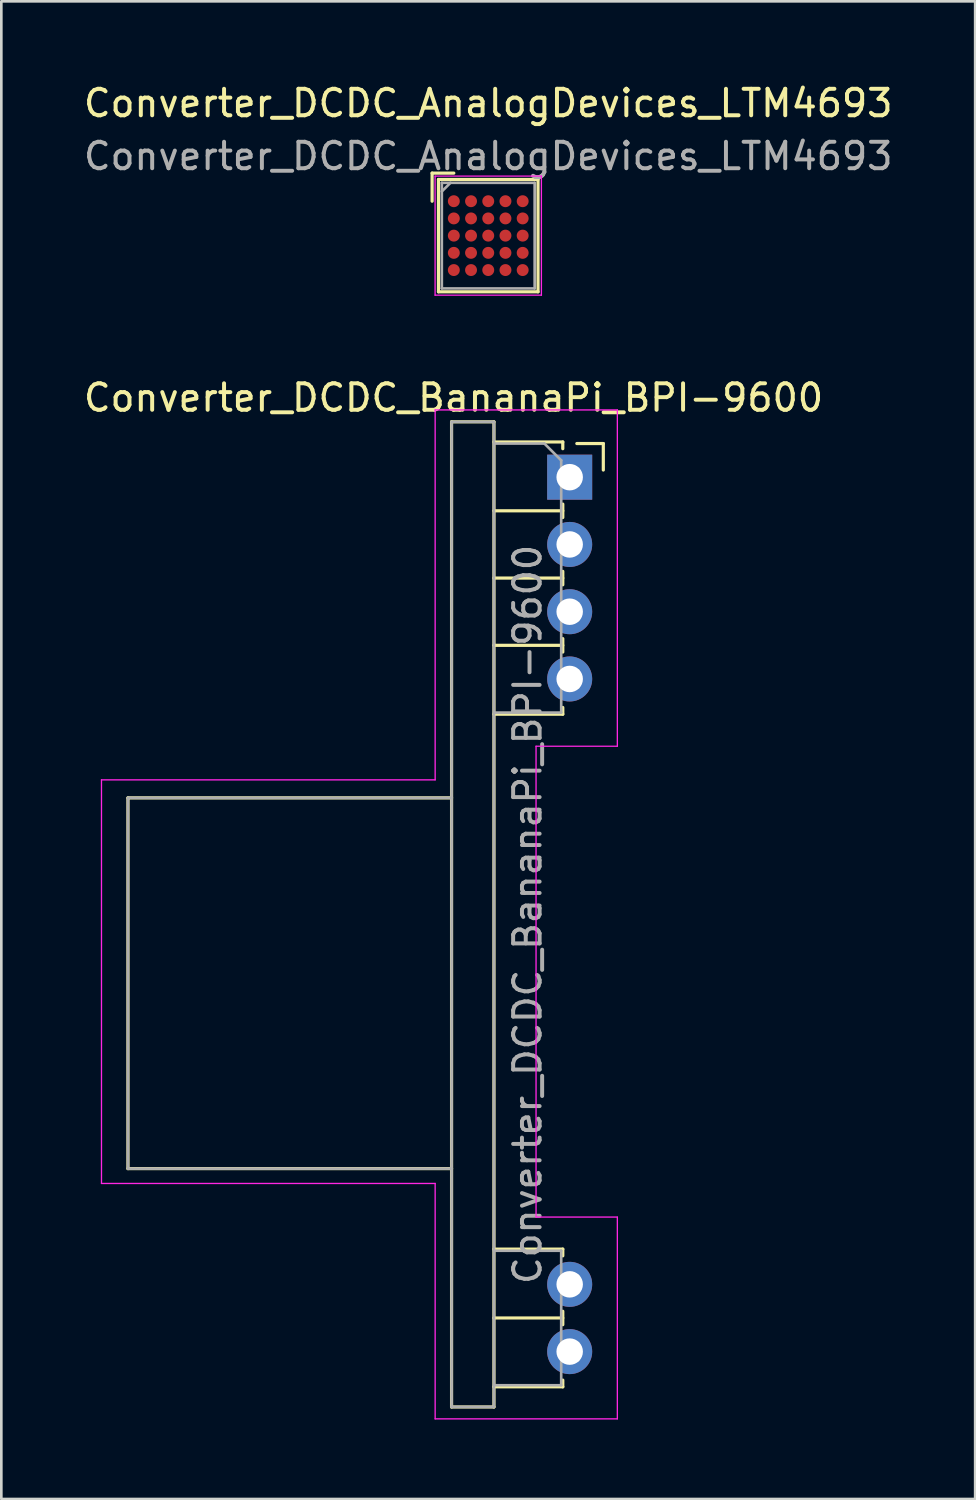
<source format=kicad_pcb>
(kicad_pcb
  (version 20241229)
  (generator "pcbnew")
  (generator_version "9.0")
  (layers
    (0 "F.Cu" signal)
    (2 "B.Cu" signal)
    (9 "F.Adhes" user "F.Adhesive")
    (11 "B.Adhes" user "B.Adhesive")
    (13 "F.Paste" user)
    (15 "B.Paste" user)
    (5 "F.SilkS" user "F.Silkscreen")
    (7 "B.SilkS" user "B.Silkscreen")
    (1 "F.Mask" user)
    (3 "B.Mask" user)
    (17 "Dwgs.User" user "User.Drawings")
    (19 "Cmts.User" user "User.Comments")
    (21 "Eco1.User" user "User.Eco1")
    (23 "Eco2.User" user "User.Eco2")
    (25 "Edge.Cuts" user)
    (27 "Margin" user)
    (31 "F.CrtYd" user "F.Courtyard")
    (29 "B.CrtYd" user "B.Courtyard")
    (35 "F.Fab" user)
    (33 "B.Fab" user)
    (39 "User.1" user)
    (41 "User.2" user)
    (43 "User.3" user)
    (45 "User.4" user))
  (footprint "Converter_DCDC_AnalogDevices_LTM4693"
    (layer "F.Cu")
    (at 15.387 5.848)
    (property "Reference" "Converter_DCDC_AnalogDevices_LTM4693" (at 0 -5 0) (unlocked yes) (layer "F.SilkS") (effects (font (size 1 1) (thickness 0.15))))
    (attr smd)
    (fp_line (start -2.12 -2.361) (end -2.12 -1.3) (stroke (width 0.12) (type solid)) (layer "F.SilkS"))
    (fp_line (start -1.88 -2.121) (end -1.88 2.121) (stroke (width 0.12) (type solid)) (layer "F.SilkS"))
    (fp_line (start -1.88 2.121) (end 1.88 2.121) (stroke (width 0.12) (type solid)) (layer "F.SilkS"))
    (fp_line (start -1.3 -2.361) (end -2.12 -2.361) (stroke (width 0.12) (type solid)) (layer "F.SilkS"))
    (fp_line (start 1.88 -2.121) (end -1.88 -2.121) (stroke (width 0.12) (type solid)) (layer "F.SilkS"))
    (fp_line (start 1.88 2.121) (end 1.88 -2.121) (stroke (width 0.12) (type solid)) (layer "F.SilkS"))
    (fp_line (start -2.007 -2.248) (end 2.007 -2.248) (stroke (width 0.05) (type solid)) (layer "F.CrtYd"))
    (fp_line (start -2.007 2.248) (end -2.007 -2.248) (stroke (width 0.05) (type solid)) (layer "F.CrtYd"))
    (fp_line (start 2.007 -2.248) (end 2.007 2.248) (stroke (width 0.05) (type solid)) (layer "F.CrtYd"))
    (fp_line (start 2.007 2.248) (end -2.007 2.248) (stroke (width 0.05) (type solid)) (layer "F.CrtYd"))
    (fp_line (start -1.753 -1.994) (end -1.753 1.994) (stroke (width 0.1) (type solid)) (layer "F.Fab"))
    (fp_line (start -1.753 1.994) (end 1.753 1.994) (stroke (width 0.1) (type solid)) (layer "F.Fab"))
    (fp_line (start -1.428 -1.994) (end -1.753 -1.669) (stroke (width 0.1) (type solid)) (layer "F.Fab"))
    (fp_line (start 1.753 -1.994) (end -1.753 -1.994) (stroke (width 0.1) (type solid)) (layer "F.Fab"))
    (fp_line (start 1.753 1.994) (end 1.753 -1.994) (stroke (width 0.1) (type solid)) (layer "F.Fab"))
    (fp_text user "${REFERENCE}" (at 0 -3 0) (unlocked yes) (layer "F.Fab") (effects (font (size 1 1) (thickness 0.15))))
    (pad "A1" smd circle (at -1.3 -1.3) (size 0.45 0.45) (layers "F.Cu" "F.Mask" "F.Paste"))
    (pad "A2" smd circle (at -0.65 -1.3) (size 0.45 0.45) (layers "F.Cu" "F.Mask" "F.Paste"))
    (pad "A3" smd circle (at 0 -1.3) (size 0.45 0.45) (layers "F.Cu" "F.Mask" "F.Paste"))
    (pad "A4" smd circle (at 0.65 -1.3) (size 0.45 0.45) (layers "F.Cu" "F.Mask" "F.Paste"))
    (pad "A5" smd circle (at 1.3 -1.3) (size 0.45 0.45) (layers "F.Cu" "F.Mask" "F.Paste"))
    (pad "B1" smd circle (at -1.3 -0.65) (size 0.45 0.45) (layers "F.Cu" "F.Mask" "F.Paste"))
    (pad "B2" smd circle (at -0.65 -0.65) (size 0.45 0.45) (layers "F.Cu" "F.Mask" "F.Paste"))
    (pad "B3" smd circle (at 0 -0.65) (size 0.45 0.45) (layers "F.Cu" "F.Mask" "F.Paste"))
    (pad "B4" smd circle (at 0.65 -0.65) (size 0.45 0.45) (layers "F.Cu" "F.Mask" "F.Paste"))
    (pad "B5" smd circle (at 1.3 -0.65) (size 0.45 0.45) (layers "F.Cu" "F.Mask" "F.Paste"))
    (pad "C1" smd circle (at -1.3 0) (size 0.45 0.45) (layers "F.Cu" "F.Mask" "F.Paste"))
    (pad "C2" smd circle (at -0.65 0) (size 0.45 0.45) (layers "F.Cu" "F.Mask" "F.Paste"))
    (pad "C3" smd circle (at 0 0) (size 0.45 0.45) (layers "F.Cu" "F.Mask" "F.Paste"))
    (pad "C4" smd circle (at 0.65 0) (size 0.45 0.45) (layers "F.Cu" "F.Mask" "F.Paste"))
    (pad "C5" smd circle (at 1.3 0) (size 0.45 0.45) (layers "F.Cu" "F.Mask" "F.Paste"))
    (pad "D1" smd circle (at -1.3 0.65) (size 0.45 0.45) (layers "F.Cu" "F.Mask" "F.Paste"))
    (pad "D2" smd circle (at -0.65 0.65) (size 0.45 0.45) (layers "F.Cu" "F.Mask" "F.Paste"))
    (pad "D3" smd circle (at 0 0.65) (size 0.45 0.45) (layers "F.Cu" "F.Mask" "F.Paste"))
    (pad "D4" smd circle (at 0.65 0.65) (size 0.45 0.45) (layers "F.Cu" "F.Mask" "F.Paste"))
    (pad "D5" smd circle (at 1.3 0.65) (size 0.45 0.45) (layers "F.Cu" "F.Mask" "F.Paste"))
    (pad "E1" smd circle (at -1.3 1.3) (size 0.45 0.45) (layers "F.Cu" "F.Mask" "F.Paste"))
    (pad "E2" smd circle (at -0.65 1.3) (size 0.45 0.45) (layers "F.Cu" "F.Mask" "F.Paste"))
    (pad "E3" smd circle (at 0 1.3) (size 0.45 0.45) (layers "F.Cu" "F.Mask" "F.Paste"))
    (pad "E4" smd circle (at 0.65 1.3) (size 0.45 0.45) (layers "F.Cu" "F.Mask" "F.Paste"))
    (pad "E5" smd circle (at 1.3 1.3) (size 0.45 0.45) (layers "F.Cu" "F.Mask" "F.Paste")))
  (footprint "Converter_DCDC_BananaPi_BPI-9600"
    (layer "F.Cu")
    (at 18.462 14.969)
    (property "Reference" "Converter_DCDC_BananaPi_BPI-9600" (at -4.385 -3 0) (unlocked yes) (layer "F.SilkS") (effects (font (size 1 1) (thickness 0.15))))
    (attr through_hole)
    (fp_line (start -16.68 26.11) (end -16.68 12.11) (stroke (width 0.12) (type solid)) (layer "F.SilkS"))
    (fp_line (start -4.46 12.11) (end -16.68 12.11) (stroke (width 0.12) (type solid)) (layer "F.SilkS"))
    (fp_line (start -4.46 26.11) (end -16.68 26.11) (stroke (width 0.12) (type solid)) (layer "F.SilkS"))
    (fp_line (start -4.46 35.11) (end -4.46 -2.09) (stroke (width 0.12) (type solid)) (layer "F.SilkS"))
    (fp_line (start -2.86 -2.09) (end -4.46 -2.09) (stroke (width 0.12) (type solid)) (layer "F.SilkS"))
    (fp_line (start -2.86 -1.33) (end -0.26 -1.33) (stroke (width 0.12) (type solid)) (layer "F.SilkS"))
    (fp_line (start -2.86 8.95) (end -0.26 8.95) (stroke (width 0.12) (type solid)) (layer "F.SilkS"))
    (fp_line (start -2.86 35.11) (end -4.46 35.11) (stroke (width 0.12) (type solid)) (layer "F.SilkS"))
    (fp_line (start -2.86 35.11) (end -2.86 -2.09) (stroke (width 0.12) (type solid)) (layer "F.SilkS"))
    (fp_line (start -0.26 -1.076) (end -0.26 -1.33) (stroke (width 0.12) (type solid)) (layer "F.SilkS"))
    (fp_line (start -0.26 1.27) (end -2.86 1.27) (stroke (width 0.12) (type solid)) (layer "F.SilkS"))
    (fp_line (start -0.26 1.524) (end -0.26 1.016) (stroke (width 0.12) (type solid)) (layer "F.SilkS"))
    (fp_line (start -0.26 3.81) (end -2.86 3.81) (stroke (width 0.12) (type solid)) (layer "F.SilkS"))
    (fp_line (start -0.26 4.064) (end -0.26 3.556) (stroke (width 0.12) (type solid)) (layer "F.SilkS"))
    (fp_line (start -0.26 6.35) (end -2.86 6.35) (stroke (width 0.12) (type solid)) (layer "F.SilkS"))
    (fp_line (start -0.26 6.604) (end -0.26 6.096) (stroke (width 0.12) (type solid)) (layer "F.SilkS"))
    (fp_line (start -0.26 8.95) (end -0.26 8.696) (stroke (width 0.12) (type solid)) (layer "F.SilkS"))
    (fp_line (start -0.26 29.15) (end -2.86 29.15) (stroke (width 0.12) (type solid)) (layer "F.SilkS"))
    (fp_line (start -0.26 29.404) (end -0.26 29.15) (stroke (width 0.12) (type solid)) (layer "F.SilkS"))
    (fp_line (start -0.26 31.75) (end -2.86 31.75) (stroke (width 0.12) (type solid)) (layer "F.SilkS"))
    (fp_line (start -0.26 32.004) (end -0.26 31.496) (stroke (width 0.12) (type solid)) (layer "F.SilkS"))
    (fp_line (start -0.26 34.35) (end -2.86 34.35) (stroke (width 0.12) (type solid)) (layer "F.SilkS"))
    (fp_line (start -0.26 34.35) (end -0.26 34.096) (stroke (width 0.12) (type solid)) (layer "F.SilkS"))
    (fp_line (start 1.27 -1.27) (end 0.27 -1.27) (stroke (width 0.12) (type solid)) (layer "F.SilkS"))
    (fp_line (start 1.27 -0.27) (end 1.27 -1.27) (stroke (width 0.12) (type solid)) (layer "F.SilkS"))
    (fp_line (start -17.68 11.43) (end -5.08 11.43) (stroke (width 0.05) (type solid)) (layer "F.CrtYd"))
    (fp_line (start -17.68 26.67) (end -17.68 11.43) (stroke (width 0.05) (type solid)) (layer "F.CrtYd"))
    (fp_line (start -17.68 26.67) (end -5.08 26.67) (stroke (width 0.05) (type solid)) (layer "F.CrtYd"))
    (fp_line (start -5.08 -2.54) (end 1.8 -2.54) (stroke (width 0.05) (type solid)) (layer "F.CrtYd"))
    (fp_line (start -5.08 11.43) (end -5.08 -2.54) (stroke (width 0.05) (type solid)) (layer "F.CrtYd"))
    (fp_line (start -5.08 35.56) (end -5.08 26.67) (stroke (width 0.05) (type solid)) (layer "F.CrtYd"))
    (fp_line (start -1.27 10.16) (end 1.8 10.16) (stroke (width 0.05) (type solid)) (layer "F.CrtYd"))
    (fp_line (start -1.27 27.94) (end -1.27 10.16) (stroke (width 0.05) (type solid)) (layer "F.CrtYd"))
    (fp_line (start -1.27 27.94) (end 1.8 27.94) (stroke (width 0.05) (type solid)) (layer "F.CrtYd"))
    (fp_line (start 1.8 -2.54) (end 1.8 10.16) (stroke (width 0.05) (type solid)) (layer "F.CrtYd"))
    (fp_line (start 1.8 35.56) (end -5.08 35.56) (stroke (width 0.05) (type solid)) (layer "F.CrtYd"))
    (fp_line (start 1.8 35.56) (end 1.8 27.94) (stroke (width 0.05) (type solid)) (layer "F.CrtYd"))
    (fp_line (start -16.68 12.11) (end -16.68 26.11) (stroke (width 0.1) (type solid)) (layer "F.Fab"))
    (fp_line (start -4.46 -2.09) (end -4.46 35.11) (stroke (width 0.1) (type solid)) (layer "F.Fab"))
    (fp_line (start -4.46 12.11) (end -16.68 12.11) (stroke (width 0.1) (type solid)) (layer "F.Fab"))
    (fp_line (start -4.46 26.11) (end -16.68 26.11) (stroke (width 0.1) (type solid)) (layer "F.Fab"))
    (fp_line (start -4.46 35.11) (end -2.86 35.11) (stroke (width 0.1) (type solid)) (layer "F.Fab"))
    (fp_line (start -2.86 -2.09) (end -4.46 -2.09) (stroke (width 0.1) (type solid)) (layer "F.Fab"))
    (fp_line (start -2.86 -2.09) (end -2.86 35.11) (stroke (width 0.1) (type solid)) (layer "F.Fab"))
    (fp_line (start -2.86 29.21) (end -0.32 29.21) (stroke (width 0.1) (type solid)) (layer "F.Fab"))
    (fp_line (start -2.86 34.29) (end -0.32 34.29) (stroke (width 0.1) (type solid)) (layer "F.Fab"))
    (fp_line (start -0.955 -1.27) (end -2.86 -1.27) (stroke (width 0.1) (type solid)) (layer "F.Fab"))
    (fp_line (start -0.32 -0.635) (end -0.955 -1.27) (stroke (width 0.1) (type solid)) (layer "F.Fab"))
    (fp_line (start -0.32 8.89) (end -2.86 8.89) (stroke (width 0.1) (type solid)) (layer "F.Fab"))
    (fp_line (start -0.32 8.89) (end -0.32 -0.635) (stroke (width 0.1) (type solid)) (layer "F.Fab"))
    (fp_line (start -0.32 29.21) (end -0.32 34.29) (stroke (width 0.1) (type solid)) (layer "F.Fab"))
    (fp_line (start 0.32 -0.32) (end -0.32 -0.32) (stroke (width 0.1) (type solid)) (layer "F.Fab"))
    (fp_line (start 0.32 -0.32) (end 0.32 0.32) (stroke (width 0.1) (type solid)) (layer "F.Fab"))
    (fp_line (start 0.32 0.32) (end -0.32 0.32) (stroke (width 0.1) (type solid)) (layer "F.Fab"))
    (fp_line (start 0.32 2.22) (end -0.32 2.22) (stroke (width 0.1) (type solid)) (layer "F.Fab"))
    (fp_line (start 0.32 2.22) (end 0.32 2.86) (stroke (width 0.1) (type solid)) (layer "F.Fab"))
    (fp_line (start 0.32 2.86) (end -0.32 2.86) (stroke (width 0.1) (type solid)) (layer "F.Fab"))
    (fp_line (start 0.32 4.76) (end -0.32 4.76) (stroke (width 0.1) (type solid)) (layer "F.Fab"))
    (fp_line (start 0.32 4.76) (end 0.32 5.4) (stroke (width 0.1) (type solid)) (layer "F.Fab"))
    (fp_line (start 0.32 5.4) (end -0.32 5.4) (stroke (width 0.1) (type solid)) (layer "F.Fab"))
    (fp_line (start 0.32 7.3) (end -0.32 7.3) (stroke (width 0.1) (type solid)) (layer "F.Fab"))
    (fp_line (start 0.32 7.3) (end 0.32 7.94) (stroke (width 0.1) (type solid)) (layer "F.Fab"))
    (fp_line (start 0.32 7.94) (end -0.32 7.94) (stroke (width 0.1) (type solid)) (layer "F.Fab"))
    (fp_line (start 0.32 30.16) (end -0.32 30.16) (stroke (width 0.1) (type solid)) (layer "F.Fab"))
    (fp_line (start 0.32 30.16) (end 0.32 30.8) (stroke (width 0.1) (type solid)) (layer "F.Fab"))
    (fp_line (start 0.32 30.8) (end -0.32 30.8) (stroke (width 0.1) (type solid)) (layer "F.Fab"))
    (fp_line (start 0.32 32.7) (end -0.32 32.7) (stroke (width 0.1) (type solid)) (layer "F.Fab"))
    (fp_line (start 0.32 32.7) (end 0.32 33.34) (stroke (width 0.1) (type solid)) (layer "F.Fab"))
    (fp_line (start 0.32 33.34) (end -0.32 33.34) (stroke (width 0.1) (type solid)) (layer "F.Fab"))
    (fp_text user "${REFERENCE}" (at -1.59 16.51 90) (layer "F.Fab") (effects (font (size 1 1) (thickness 0.15))))
    (pad "1" thru_hole rect (at 0 0) (size 1.7 1.7) (drill 1) (layers "*.Cu" "*.Mask"))
    (pad "2" thru_hole oval (at 0 2.54) (size 1.7 1.7) (drill 1) (layers "*.Cu" "*.Mask"))
    (pad "3" thru_hole oval (at 0 5.08) (size 1.7 1.7) (drill 1) (layers "*.Cu" "*.Mask"))
    (pad "4" thru_hole oval (at 0 7.62) (size 1.7 1.7) (drill 1) (layers "*.Cu" "*.Mask"))
    (pad "5" thru_hole oval (at 0 30.48) (size 1.7 1.7) (drill 1) (layers "*.Cu" "*.Mask"))
    (pad "6" thru_hole oval (at 0 33.02) (size 1.7 1.7) (drill 1) (layers "*.Cu" "*.Mask")))
  (gr_rect
    (start -3 -3)
    (end 33.774 53.554)
    (stroke (width 0.1) (type default))
    (fill no)
    (layer "Edge.Cuts")))
</source>
